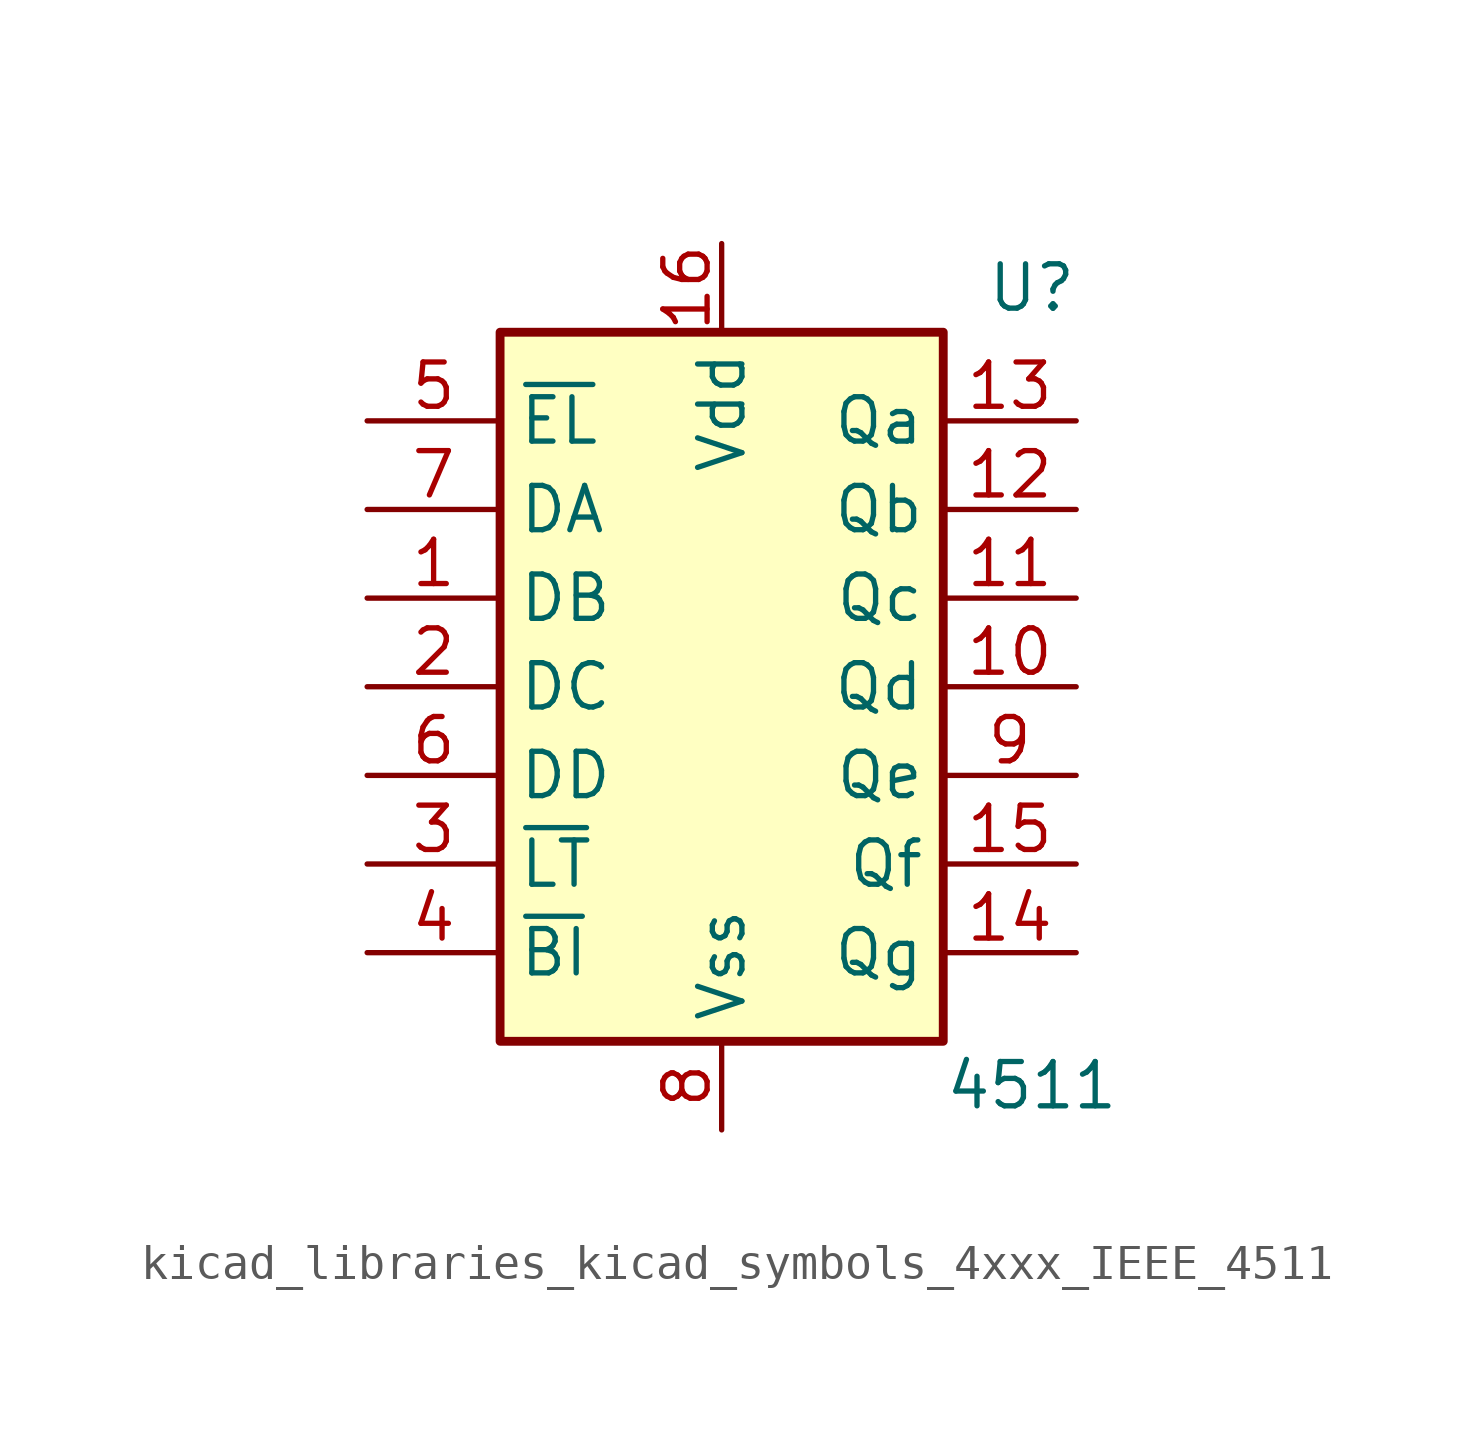
<source format=kicad_sym>
(kicad_symbol_lib
  (version 20220914)
  (generator kicad_symbol_editor)
  (symbol "kicad_libraries_kicad_symbols_4xxx_IEEE_4511"
    (property "Reference" "U"
      (at 8.89 11.43 0)
      (effects (font (size 1.27 1.27))))
    (property "Value" "4511"
      (at 8.89 -11.43 0)
      (effects (font (size 1.27 1.27))))
    (symbol "kicad_libraries_kicad_symbols_4xxx_IEEE_4511_0_1"
      (rectangle (start -6.35 10.16) (end 6.35 -10.16) (stroke (width 0.254) (type default)) (fill (type background))))
    (symbol "kicad_libraries_kicad_symbols_4xxx_IEEE_4511_1_1"
      (pin input line (at -10.16 2.54 0) (length 3.81) (name "DB" (effects (font (size 1.27 1.27)))) (number "1" (effects (font (size 1.27 1.27)))))
      (pin output line (at 10.16 0 180) (length 3.81) (name "Qd" (effects (font (size 1.27 1.27)))) (number "10" (effects (font (size 1.27 1.27)))))
      (pin output line (at 10.16 2.54 180) (length 3.81) (name "Qc" (effects (font (size 1.27 1.27)))) (number "11" (effects (font (size 1.27 1.27)))))
      (pin output line (at 10.16 5.08 180) (length 3.81) (name "Qb" (effects (font (size 1.27 1.27)))) (number "12" (effects (font (size 1.27 1.27)))))
      (pin output line (at 10.16 7.62 180) (length 3.81) (name "Qa" (effects (font (size 1.27 1.27)))) (number "13" (effects (font (size 1.27 1.27)))))
      (pin output line (at 10.16 -7.62 180) (length 3.81) (name "Qg" (effects (font (size 1.27 1.27)))) (number "14" (effects (font (size 1.27 1.27)))))
      (pin output line (at 10.16 -5.08 180) (length 3.81) (name "Qf" (effects (font (size 1.27 1.27)))) (number "15" (effects (font (size 1.27 1.27)))))
      (pin power_in line (at 0 12.7 270) (length 2.54) (name "Vdd" (effects (font (size 1.27 1.27)))) (number "16" (effects (font (size 1.27 1.27)))))
      (pin input line (at -10.16 0 0) (length 3.81) (name "DC" (effects (font (size 1.27 1.27)))) (number "2" (effects (font (size 1.27 1.27)))))
      (pin input line (at -10.16 -5.08 0) (length 3.81) (name "~{LT}" (effects (font (size 1.27 1.27)))) (number "3" (effects (font (size 1.27 1.27)))))
      (pin input line (at -10.16 -7.62 0) (length 3.81) (name "~{BI}" (effects (font (size 1.27 1.27)))) (number "4" (effects (font (size 1.27 1.27)))))
      (pin input line (at -10.16 7.62 0) (length 3.81) (name "~{EL}" (effects (font (size 1.27 1.27)))) (number "5" (effects (font (size 1.27 1.27)))))
      (pin input line (at -10.16 -2.54 0) (length 3.81) (name "DD" (effects (font (size 1.27 1.27)))) (number "6" (effects (font (size 1.27 1.27)))))
      (pin input line (at -10.16 5.08 0) (length 3.81) (name "DA" (effects (font (size 1.27 1.27)))) (number "7" (effects (font (size 1.27 1.27)))))
      (pin power_in line (at 0 -12.7 90) (length 2.54) (name "Vss" (effects (font (size 1.27 1.27)))) (number "8" (effects (font (size 1.27 1.27)))))
      (pin output line (at 10.16 -2.54 180) (length 3.81) (name "Qe" (effects (font (size 1.27 1.27)))) (number "9" (effects (font (size 1.27 1.27))))))))
</source>
